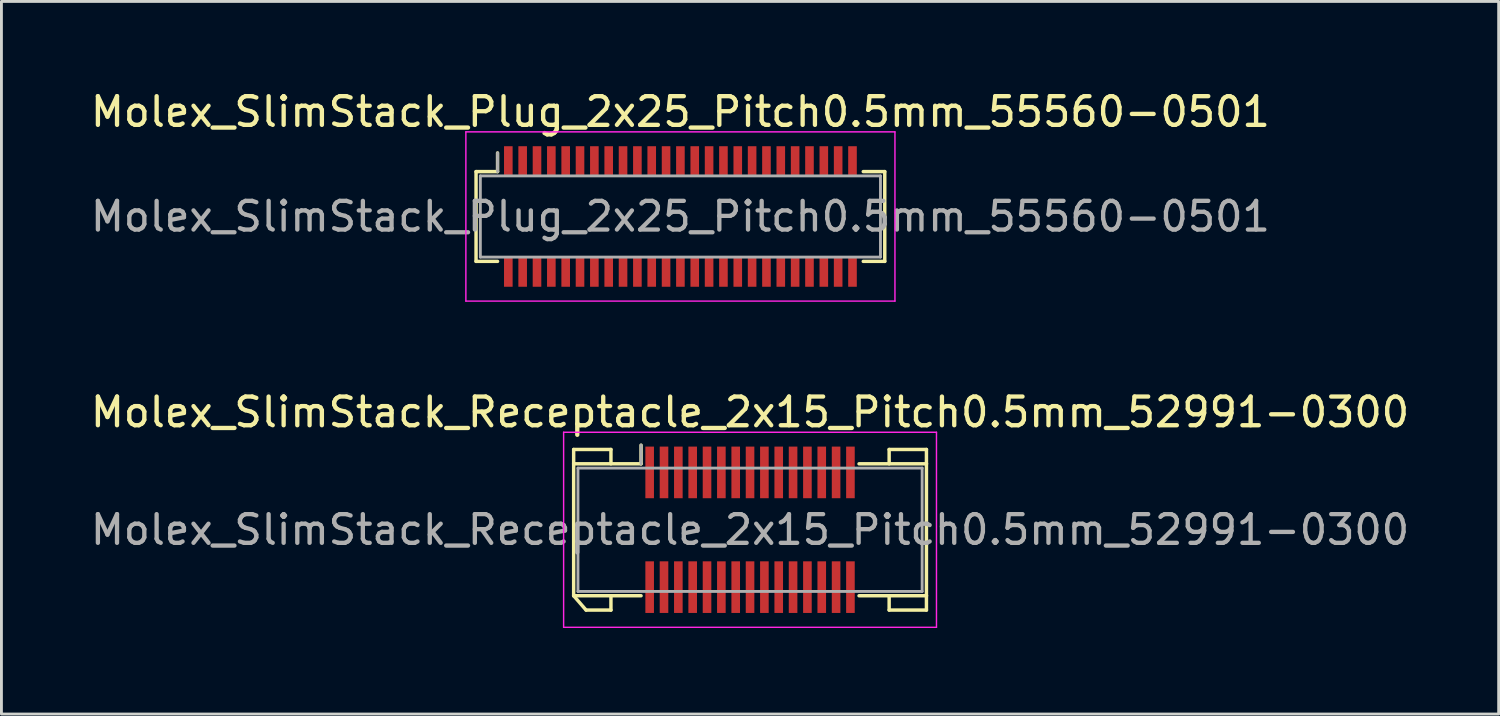
<source format=kicad_pcb>
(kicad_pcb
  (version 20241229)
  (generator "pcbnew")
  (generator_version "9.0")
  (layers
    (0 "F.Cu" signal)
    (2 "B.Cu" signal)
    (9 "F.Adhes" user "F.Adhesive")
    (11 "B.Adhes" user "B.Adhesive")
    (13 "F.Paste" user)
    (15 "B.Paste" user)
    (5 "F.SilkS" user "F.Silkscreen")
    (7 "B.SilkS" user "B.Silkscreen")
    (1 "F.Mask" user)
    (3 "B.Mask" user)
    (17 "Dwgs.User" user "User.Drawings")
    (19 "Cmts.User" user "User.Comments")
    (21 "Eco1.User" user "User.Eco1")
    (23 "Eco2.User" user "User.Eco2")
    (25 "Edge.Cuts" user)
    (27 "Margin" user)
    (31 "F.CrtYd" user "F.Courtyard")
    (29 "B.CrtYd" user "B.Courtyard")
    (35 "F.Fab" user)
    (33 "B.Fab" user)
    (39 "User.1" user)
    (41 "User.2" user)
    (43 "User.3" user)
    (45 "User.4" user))
  (footprint "Molex_SlimStack_Receptacle_2x15_Pitch0.5mm_52991-0300"
    (layer "F.Cu")
    (at 23.101 15.421)
    (property "Reference" "Molex_SlimStack_Receptacle_2x15_Pitch0.5mm_52991-0300" (at 0 -4.1 0) (layer "F.SilkS") (effects (font (size 1 1) (thickness 0.15))))
    (attr smd)
    (fp_line (start -6.15 -2.8) (end -4.85 -2.8) (stroke (width 0.12) (type solid)) (layer "F.SilkS"))
    (fp_line (start -6.15 -2.3) (end -6.15 -2.8) (stroke (width 0.12) (type solid)) (layer "F.SilkS"))
    (fp_line (start -6.15 -2.3) (end -3.8 -2.3) (stroke (width 0.12) (type solid)) (layer "F.SilkS"))
    (fp_line (start -6.15 2.3) (end -6.15 -2.3) (stroke (width 0.12) (type solid)) (layer "F.SilkS"))
    (fp_line (start -6.15 2.3) (end -5.717 2.8) (stroke (width 0.12) (type solid)) (layer "F.SilkS"))
    (fp_line (start -5.717 2.8) (end -4.85 2.8) (stroke (width 0.12) (type solid)) (layer "F.SilkS"))
    (fp_line (start -4.85 -2.8) (end -4.85 -2.3) (stroke (width 0.12) (type solid)) (layer "F.SilkS"))
    (fp_line (start -4.85 2.8) (end -4.85 2.3) (stroke (width 0.12) (type solid)) (layer "F.SilkS"))
    (fp_line (start -3.8 -2.3) (end -3.8 -2.95) (stroke (width 0.12) (type solid)) (layer "F.SilkS"))
    (fp_line (start -3.8 2.3) (end -6.15 2.3) (stroke (width 0.12) (type solid)) (layer "F.SilkS"))
    (fp_line (start 3.8 2.3) (end 6.15 2.3) (stroke (width 0.12) (type solid)) (layer "F.SilkS"))
    (fp_line (start 4.85 -2.8) (end 4.85 -2.3) (stroke (width 0.12) (type solid)) (layer "F.SilkS"))
    (fp_line (start 4.85 2.8) (end 4.85 2.3) (stroke (width 0.12) (type solid)) (layer "F.SilkS"))
    (fp_line (start 6.15 -2.8) (end 4.85 -2.8) (stroke (width 0.12) (type solid)) (layer "F.SilkS"))
    (fp_line (start 6.15 -2.3) (end 3.8 -2.3) (stroke (width 0.12) (type solid)) (layer "F.SilkS"))
    (fp_line (start 6.15 -2.3) (end 6.15 -2.8) (stroke (width 0.12) (type solid)) (layer "F.SilkS"))
    (fp_line (start 6.15 2.3) (end 6.15 -2.3) (stroke (width 0.12) (type solid)) (layer "F.SilkS"))
    (fp_line (start 6.15 2.3) (end 6.15 2.8) (stroke (width 0.12) (type solid)) (layer "F.SilkS"))
    (fp_line (start 6.15 2.8) (end 4.85 2.8) (stroke (width 0.12) (type solid)) (layer "F.SilkS"))
    (fp_line (start -6.5 -3.4) (end -6.5 3.4) (stroke (width 0.05) (type solid)) (layer "F.CrtYd"))
    (fp_line (start -6.5 3.4) (end 6.5 3.4) (stroke (width 0.05) (type solid)) (layer "F.CrtYd"))
    (fp_line (start 6.5 -3.4) (end -6.5 -3.4) (stroke (width 0.05) (type solid)) (layer "F.CrtYd"))
    (fp_line (start 6.5 3.4) (end 6.5 -3.4) (stroke (width 0.05) (type solid)) (layer "F.CrtYd"))
    (fp_line (start -6 -2.15) (end -6 2.15) (stroke (width 0.1) (type solid)) (layer "F.Fab"))
    (fp_line (start -6 2.15) (end 6 2.15) (stroke (width 0.1) (type solid)) (layer "F.Fab"))
    (fp_line (start -3.8 -2.3) (end -3.8 -2.95) (stroke (width 0.1) (type solid)) (layer "F.Fab"))
    (fp_line (start 6 -2.15) (end -6 -2.15) (stroke (width 0.1) (type solid)) (layer "F.Fab"))
    (fp_line (start 6 2.15) (end 6 -2.15) (stroke (width 0.1) (type solid)) (layer "F.Fab"))
    (fp_text user "${REFERENCE}" (at 0 0 0) (layer "F.Fab") (effects (font (size 1 1) (thickness 0.15))))
    (pad "1" smd rect (at -3.5 -2) (size 0.3 1.8) (layers "F.Cu" "F.Mask" "F.Paste"))
    (pad "2" smd rect (at -3.5 2) (size 0.3 1.8) (layers "F.Cu" "F.Mask" "F.Paste"))
    (pad "3" smd rect (at -3 -2) (size 0.3 1.8) (layers "F.Cu" "F.Mask" "F.Paste"))
    (pad "4" smd rect (at -3 2) (size 0.3 1.8) (layers "F.Cu" "F.Mask" "F.Paste"))
    (pad "5" smd rect (at -2.5 -2) (size 0.3 1.8) (layers "F.Cu" "F.Mask" "F.Paste"))
    (pad "6" smd rect (at -2.5 2) (size 0.3 1.8) (layers "F.Cu" "F.Mask" "F.Paste"))
    (pad "7" smd rect (at -2 -2) (size 0.3 1.8) (layers "F.Cu" "F.Mask" "F.Paste"))
    (pad "8" smd rect (at -2 2) (size 0.3 1.8) (layers "F.Cu" "F.Mask" "F.Paste"))
    (pad "9" smd rect (at -1.5 -2) (size 0.3 1.8) (layers "F.Cu" "F.Mask" "F.Paste"))
    (pad "10" smd rect (at -1.5 2) (size 0.3 1.8) (layers "F.Cu" "F.Mask" "F.Paste"))
    (pad "11" smd rect (at -1 -2) (size 0.3 1.8) (layers "F.Cu" "F.Mask" "F.Paste"))
    (pad "12" smd rect (at -1 2) (size 0.3 1.8) (layers "F.Cu" "F.Mask" "F.Paste"))
    (pad "13" smd rect (at -0.5 -2) (size 0.3 1.8) (layers "F.Cu" "F.Mask" "F.Paste"))
    (pad "14" smd rect (at -0.5 2) (size 0.3 1.8) (layers "F.Cu" "F.Mask" "F.Paste"))
    (pad "15" smd rect (at 0 -2) (size 0.3 1.8) (layers "F.Cu" "F.Mask" "F.Paste"))
    (pad "16" smd rect (at 0 2) (size 0.3 1.8) (layers "F.Cu" "F.Mask" "F.Paste"))
    (pad "17" smd rect (at 0.5 -2) (size 0.3 1.8) (layers "F.Cu" "F.Mask" "F.Paste"))
    (pad "18" smd rect (at 0.5 2) (size 0.3 1.8) (layers "F.Cu" "F.Mask" "F.Paste"))
    (pad "19" smd rect (at 1 -2) (size 0.3 1.8) (layers "F.Cu" "F.Mask" "F.Paste"))
    (pad "20" smd rect (at 1 2) (size 0.3 1.8) (layers "F.Cu" "F.Mask" "F.Paste"))
    (pad "21" smd rect (at 1.5 -2) (size 0.3 1.8) (layers "F.Cu" "F.Mask" "F.Paste"))
    (pad "22" smd rect (at 1.5 2) (size 0.3 1.8) (layers "F.Cu" "F.Mask" "F.Paste"))
    (pad "23" smd rect (at 2 -2) (size 0.3 1.8) (layers "F.Cu" "F.Mask" "F.Paste"))
    (pad "24" smd rect (at 2 2) (size 0.3 1.8) (layers "F.Cu" "F.Mask" "F.Paste"))
    (pad "25" smd rect (at 2.5 -2) (size 0.3 1.8) (layers "F.Cu" "F.Mask" "F.Paste"))
    (pad "26" smd rect (at 2.5 2) (size 0.3 1.8) (layers "F.Cu" "F.Mask" "F.Paste"))
    (pad "27" smd rect (at 3 -2) (size 0.3 1.8) (layers "F.Cu" "F.Mask" "F.Paste"))
    (pad "28" smd rect (at 3 2) (size 0.3 1.8) (layers "F.Cu" "F.Mask" "F.Paste"))
    (pad "29" smd rect (at 3.5 -2) (size 0.3 1.8) (layers "F.Cu" "F.Mask" "F.Paste"))
    (pad "30" smd rect (at 3.5 2) (size 0.3 1.8) (layers "F.Cu" "F.Mask" "F.Paste")))
  (footprint "Molex_SlimStack_Plug_2x25_Pitch0.5mm_55560-0501"
    (layer "F.Cu")
    (at 20.673 4.498)
    (property "Reference" "Molex_SlimStack_Plug_2x25_Pitch0.5mm_55560-0501" (at 0 -3.65 0) (layer "F.SilkS") (effects (font (size 1 1) (thickness 0.15))))
    (attr smd)
    (fp_line (start -7.125 -1.565) (end -6.375 -1.565) (stroke (width 0.12) (type solid)) (layer "F.SilkS"))
    (fp_line (start -7.125 1.565) (end -7.125 -1.565) (stroke (width 0.12) (type solid)) (layer "F.SilkS"))
    (fp_line (start -6.375 -1.565) (end -6.375 -2.215) (stroke (width 0.12) (type solid)) (layer "F.SilkS"))
    (fp_line (start -6.375 1.565) (end -7.125 1.565) (stroke (width 0.12) (type solid)) (layer "F.SilkS"))
    (fp_line (start 6.375 1.565) (end 7.125 1.565) (stroke (width 0.12) (type solid)) (layer "F.SilkS"))
    (fp_line (start 7.125 -1.565) (end 6.375 -1.565) (stroke (width 0.12) (type solid)) (layer "F.SilkS"))
    (fp_line (start 7.125 1.565) (end 7.125 -1.565) (stroke (width 0.12) (type solid)) (layer "F.SilkS"))
    (fp_line (start -7.48 -2.95) (end -7.48 2.95) (stroke (width 0.05) (type solid)) (layer "F.CrtYd"))
    (fp_line (start -7.48 2.95) (end 7.48 2.95) (stroke (width 0.05) (type solid)) (layer "F.CrtYd"))
    (fp_line (start 7.48 -2.95) (end -7.48 -2.95) (stroke (width 0.05) (type solid)) (layer "F.CrtYd"))
    (fp_line (start 7.48 2.95) (end 7.48 -2.95) (stroke (width 0.05) (type solid)) (layer "F.CrtYd"))
    (fp_line (start -6.975 -1.415) (end -6.975 1.415) (stroke (width 0.1) (type solid)) (layer "F.Fab"))
    (fp_line (start -6.975 1.415) (end 6.975 1.415) (stroke (width 0.1) (type solid)) (layer "F.Fab"))
    (fp_line (start -6.375 -1.565) (end -6.375 -2.215) (stroke (width 0.1) (type solid)) (layer "F.Fab"))
    (fp_line (start 6.975 -1.415) (end -6.975 -1.415) (stroke (width 0.1) (type solid)) (layer "F.Fab"))
    (fp_line (start 6.975 1.415) (end 6.975 -1.415) (stroke (width 0.1) (type solid)) (layer "F.Fab"))
    (fp_text user "${REFERENCE}" (at 0 0 0) (layer "F.Fab") (effects (font (size 1 1) (thickness 0.15))))
    (pad "1" smd rect (at -6 -1.95) (size 0.3 1) (layers "F.Cu" "F.Mask" "F.Paste"))
    (pad "2" smd rect (at -6 1.95) (size 0.3 1) (layers "F.Cu" "F.Mask" "F.Paste"))
    (pad "3" smd rect (at -5.5 -1.95) (size 0.3 1) (layers "F.Cu" "F.Mask" "F.Paste"))
    (pad "4" smd rect (at -5.5 1.95) (size 0.3 1) (layers "F.Cu" "F.Mask" "F.Paste"))
    (pad "5" smd rect (at -5 -1.95) (size 0.3 1) (layers "F.Cu" "F.Mask" "F.Paste"))
    (pad "6" smd rect (at -5 1.95) (size 0.3 1) (layers "F.Cu" "F.Mask" "F.Paste"))
    (pad "7" smd rect (at -4.5 -1.95) (size 0.3 1) (layers "F.Cu" "F.Mask" "F.Paste"))
    (pad "8" smd rect (at -4.5 1.95) (size 0.3 1) (layers "F.Cu" "F.Mask" "F.Paste"))
    (pad "9" smd rect (at -4 -1.95) (size 0.3 1) (layers "F.Cu" "F.Mask" "F.Paste"))
    (pad "10" smd rect (at -4 1.95) (size 0.3 1) (layers "F.Cu" "F.Mask" "F.Paste"))
    (pad "11" smd rect (at -3.5 -1.95) (size 0.3 1) (layers "F.Cu" "F.Mask" "F.Paste"))
    (pad "12" smd rect (at -3.5 1.95) (size 0.3 1) (layers "F.Cu" "F.Mask" "F.Paste"))
    (pad "13" smd rect (at -3 -1.95) (size 0.3 1) (layers "F.Cu" "F.Mask" "F.Paste"))
    (pad "14" smd rect (at -3 1.95) (size 0.3 1) (layers "F.Cu" "F.Mask" "F.Paste"))
    (pad "15" smd rect (at -2.5 -1.95) (size 0.3 1) (layers "F.Cu" "F.Mask" "F.Paste"))
    (pad "16" smd rect (at -2.5 1.95) (size 0.3 1) (layers "F.Cu" "F.Mask" "F.Paste"))
    (pad "17" smd rect (at -2 -1.95) (size 0.3 1) (layers "F.Cu" "F.Mask" "F.Paste"))
    (pad "18" smd rect (at -2 1.95) (size 0.3 1) (layers "F.Cu" "F.Mask" "F.Paste"))
    (pad "19" smd rect (at -1.5 -1.95) (size 0.3 1) (layers "F.Cu" "F.Mask" "F.Paste"))
    (pad "20" smd rect (at -1.5 1.95) (size 0.3 1) (layers "F.Cu" "F.Mask" "F.Paste"))
    (pad "21" smd rect (at -1 -1.95) (size 0.3 1) (layers "F.Cu" "F.Mask" "F.Paste"))
    (pad "22" smd rect (at -1 1.95) (size 0.3 1) (layers "F.Cu" "F.Mask" "F.Paste"))
    (pad "23" smd rect (at -0.5 -1.95) (size 0.3 1) (layers "F.Cu" "F.Mask" "F.Paste"))
    (pad "24" smd rect (at -0.5 1.95) (size 0.3 1) (layers "F.Cu" "F.Mask" "F.Paste"))
    (pad "25" smd rect (at 0 -1.95) (size 0.3 1) (layers "F.Cu" "F.Mask" "F.Paste"))
    (pad "26" smd rect (at 0 1.95) (size 0.3 1) (layers "F.Cu" "F.Mask" "F.Paste"))
    (pad "27" smd rect (at 0.5 -1.95) (size 0.3 1) (layers "F.Cu" "F.Mask" "F.Paste"))
    (pad "28" smd rect (at 0.5 1.95) (size 0.3 1) (layers "F.Cu" "F.Mask" "F.Paste"))
    (pad "29" smd rect (at 1 -1.95) (size 0.3 1) (layers "F.Cu" "F.Mask" "F.Paste"))
    (pad "30" smd rect (at 1 1.95) (size 0.3 1) (layers "F.Cu" "F.Mask" "F.Paste"))
    (pad "31" smd rect (at 1.5 -1.95) (size 0.3 1) (layers "F.Cu" "F.Mask" "F.Paste"))
    (pad "32" smd rect (at 1.5 1.95) (size 0.3 1) (layers "F.Cu" "F.Mask" "F.Paste"))
    (pad "33" smd rect (at 2 -1.95) (size 0.3 1) (layers "F.Cu" "F.Mask" "F.Paste"))
    (pad "34" smd rect (at 2 1.95) (size 0.3 1) (layers "F.Cu" "F.Mask" "F.Paste"))
    (pad "35" smd rect (at 2.5 -1.95) (size 0.3 1) (layers "F.Cu" "F.Mask" "F.Paste"))
    (pad "36" smd rect (at 2.5 1.95) (size 0.3 1) (layers "F.Cu" "F.Mask" "F.Paste"))
    (pad "37" smd rect (at 3 -1.95) (size 0.3 1) (layers "F.Cu" "F.Mask" "F.Paste"))
    (pad "38" smd rect (at 3 1.95) (size 0.3 1) (layers "F.Cu" "F.Mask" "F.Paste"))
    (pad "39" smd rect (at 3.5 -1.95) (size 0.3 1) (layers "F.Cu" "F.Mask" "F.Paste"))
    (pad "40" smd rect (at 3.5 1.95) (size 0.3 1) (layers "F.Cu" "F.Mask" "F.Paste"))
    (pad "41" smd rect (at 4 -1.95) (size 0.3 1) (layers "F.Cu" "F.Mask" "F.Paste"))
    (pad "42" smd rect (at 4 1.95) (size 0.3 1) (layers "F.Cu" "F.Mask" "F.Paste"))
    (pad "43" smd rect (at 4.5 -1.95) (size 0.3 1) (layers "F.Cu" "F.Mask" "F.Paste"))
    (pad "44" smd rect (at 4.5 1.95) (size 0.3 1) (layers "F.Cu" "F.Mask" "F.Paste"))
    (pad "45" smd rect (at 5 -1.95) (size 0.3 1) (layers "F.Cu" "F.Mask" "F.Paste"))
    (pad "46" smd rect (at 5 1.95) (size 0.3 1) (layers "F.Cu" "F.Mask" "F.Paste"))
    (pad "47" smd rect (at 5.5 -1.95) (size 0.3 1) (layers "F.Cu" "F.Mask" "F.Paste"))
    (pad "48" smd rect (at 5.5 1.95) (size 0.3 1) (layers "F.Cu" "F.Mask" "F.Paste"))
    (pad "49" smd rect (at 6 -1.95) (size 0.3 1) (layers "F.Cu" "F.Mask" "F.Paste"))
    (pad "50" smd rect (at 6 1.95) (size 0.3 1) (layers "F.Cu" "F.Mask" "F.Paste")))
  (gr_rect
    (start -3 -3)
    (end 49.202 21.846)
    (stroke (width 0.1) (type default))
    (fill no)
    (layer "Edge.Cuts")))
</source>
